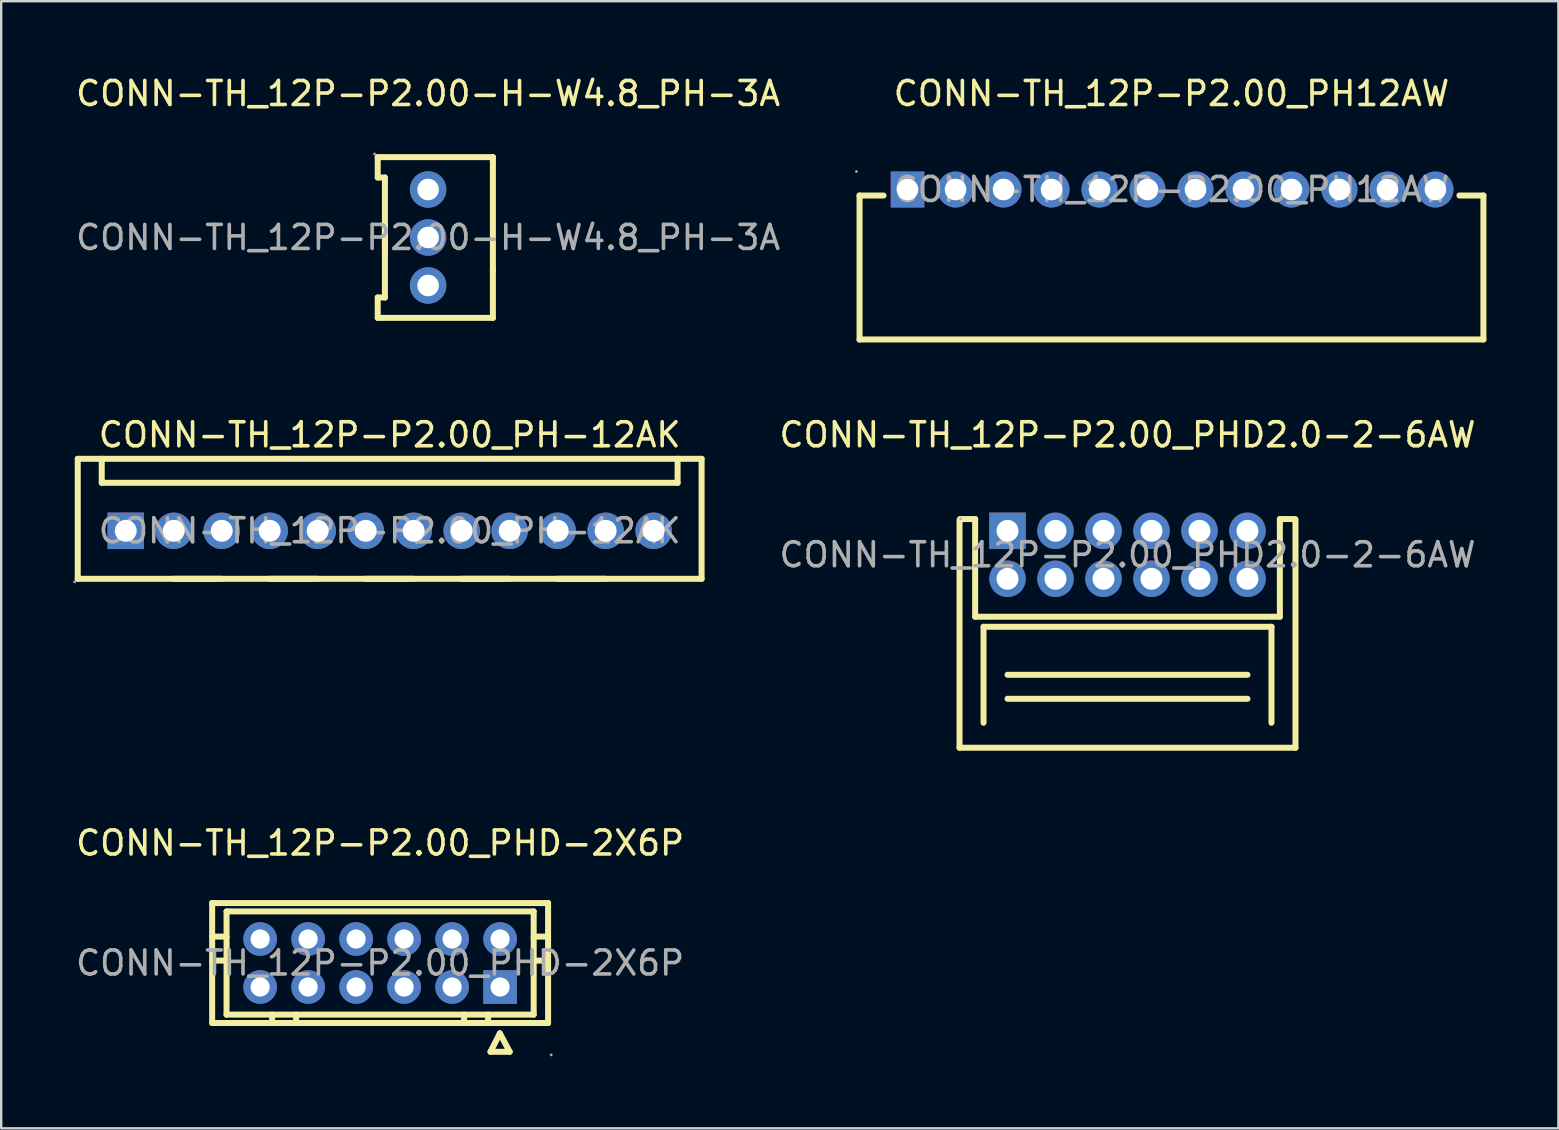
<source format=kicad_pcb>
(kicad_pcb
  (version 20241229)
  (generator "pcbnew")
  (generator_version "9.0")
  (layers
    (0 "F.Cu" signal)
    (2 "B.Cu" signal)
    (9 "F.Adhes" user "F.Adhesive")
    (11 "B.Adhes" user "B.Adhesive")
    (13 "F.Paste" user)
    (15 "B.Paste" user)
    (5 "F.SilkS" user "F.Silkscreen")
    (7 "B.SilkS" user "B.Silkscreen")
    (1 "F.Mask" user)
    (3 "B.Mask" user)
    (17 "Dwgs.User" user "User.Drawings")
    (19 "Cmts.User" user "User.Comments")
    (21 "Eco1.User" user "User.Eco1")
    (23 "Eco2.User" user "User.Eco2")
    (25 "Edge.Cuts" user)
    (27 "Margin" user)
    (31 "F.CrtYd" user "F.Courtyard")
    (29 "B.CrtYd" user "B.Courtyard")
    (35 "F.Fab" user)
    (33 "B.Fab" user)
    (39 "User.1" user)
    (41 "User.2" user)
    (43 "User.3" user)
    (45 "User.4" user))
  (footprint "CONN-TH_12P-P2.00-H-W4.8_PH-3A"
    (layer "F.Cu")
    (at 14.792 6.848)
    (property "Reference" "CONN-TH_12P-P2.00-H-W4.8_PH-3A" (at 0 -6 0) (layer "F.SilkS") (effects (font (size 1 1) (thickness 0.15))))
    (attr through_hole)
    (fp_line (start -2.1 -3.35) (end 2.7 -3.35) (stroke (width 0.25) (type solid)) (layer "F.SilkS"))
    (fp_line (start -2.1 -2.5) (end -2.1 -3.35) (stroke (width 0.25) (type solid)) (layer "F.SilkS"))
    (fp_line (start -2.1 2.5) (end -1.8 2.5) (stroke (width 0.25) (type solid)) (layer "F.SilkS"))
    (fp_line (start -2.1 3.35) (end -2.1 2.5) (stroke (width 0.25) (type solid)) (layer "F.SilkS"))
    (fp_line (start -1.8 -2.5) (end -2.1 -2.5) (stroke (width 0.25) (type solid)) (layer "F.SilkS"))
    (fp_line (start -1.8 0.5) (end -1.8 -2.5) (stroke (width 0.25) (type solid)) (layer "F.SilkS"))
    (fp_line (start -1.8 2.5) (end -1.8 -0.5) (stroke (width 0.25) (type solid)) (layer "F.SilkS"))
    (fp_line (start 2.7 -3.35) (end 2.7 1.35) (stroke (width 0.25) (type solid)) (layer "F.SilkS"))
    (fp_line (start 2.7 1.35) (end 2.7 3.35) (stroke (width 0.25) (type solid)) (layer "F.SilkS"))
    (fp_line (start 2.7 3.35) (end -2.1 3.35) (stroke (width 0.25) (type solid)) (layer "F.SilkS"))
    (fp_circle (center -2.23 -3.48) (end -2.2 -3.48) (stroke (width 0.06) (type solid)) (fill no) (layer "F.Fab"))
    (fp_circle (center 0 -2) (end 0.18 -2) (stroke (width 0.35) (type solid)) (fill no) (layer "F.Fab"))
    (fp_circle (center 0 0) (end 0.18 0) (stroke (width 0.35) (type solid)) (fill no) (layer "F.Fab"))
    (fp_circle (center 0 2) (end 0.18 2) (stroke (width 0.35) (type solid)) (fill no) (layer "F.Fab"))
    (fp_text user "${REFERENCE}" (at 0 0 0) (layer "F.Fab") (effects (font (size 1 1) (thickness 0.15))))
    (pad "1" thru_hole circle (at 0 -2 270) (size 1.52 1.52) (drill 0.9) (layers "*.Cu" "*.Paste" "*.Mask"))
    (pad "2" thru_hole circle (at 0 0 270) (size 1.52 1.52) (drill 0.9) (layers "*.Cu" "*.Paste" "*.Mask"))
    (pad "3" thru_hole circle (at 0 2 270) (size 1.52 1.52) (drill 0.9) (layers "*.Cu" "*.Paste" "*.Mask")))
  (footprint "CONN-TH_12P-P2.00_PHD-2X6P"
    (layer "F.Cu")
    (at 12.792 37.085)
    (property "Reference" "CONN-TH_12P-P2.00_PHD-2X6P" (at 0 -5 0) (layer "F.SilkS") (effects (font (size 1 1) (thickness 0.15))))
    (attr through_hole)
    (fp_line (start -7 -2.5) (end 7 -2.5) (stroke (width 0.25) (type solid)) (layer "F.SilkS"))
    (fp_line (start -7 2.5) (end -7 -2.5) (stroke (width 0.25) (type solid)) (layer "F.SilkS"))
    (fp_line (start -6.4 -2.15) (end 6.4 -2.15) (stroke (width 0.25) (type solid)) (layer "F.SilkS"))
    (fp_line (start -6.4 -1.1) (end -7 -1.1) (stroke (width 0.25) (type solid)) (layer "F.SilkS"))
    (fp_line (start -6.4 -0.1) (end -7 -0.1) (stroke (width 0.25) (type solid)) (layer "F.SilkS"))
    (fp_line (start -6.4 2.15) (end -6.4 -2.15) (stroke (width 0.25) (type solid)) (layer "F.SilkS"))
    (fp_line (start -4.5 2.15) (end -4.5 2.5) (stroke (width 0.25) (type solid)) (layer "F.SilkS"))
    (fp_line (start -3.5 2.15) (end -3.5 2.5) (stroke (width 0.25) (type solid)) (layer "F.SilkS"))
    (fp_line (start 3.5 2.15) (end 3.5 2.5) (stroke (width 0.25) (type solid)) (layer "F.SilkS"))
    (fp_line (start 4.5 2.15) (end 4.5 2.5) (stroke (width 0.25) (type solid)) (layer "F.SilkS"))
    (fp_line (start 4.6 3.7) (end 4.99 2.93) (stroke (width 0.25) (type solid)) (layer "F.SilkS"))
    (fp_line (start 4.99 2.93) (end 5.4 3.7) (stroke (width 0.25) (type solid)) (layer "F.SilkS"))
    (fp_line (start 5.4 3.7) (end 4.6 3.7) (stroke (width 0.25) (type solid)) (layer "F.SilkS"))
    (fp_line (start 6.4 2.15) (end -6.4 2.15) (stroke (width 0.25) (type solid)) (layer "F.SilkS"))
    (fp_line (start 6.4 2.15) (end 6.4 -2.15) (stroke (width 0.25) (type solid)) (layer "F.SilkS"))
    (fp_line (start 7 -1.1) (end 6.4 -1.1) (stroke (width 0.25) (type solid)) (layer "F.SilkS"))
    (fp_line (start 7 -0.1) (end 6.4 -0.1) (stroke (width 0.25) (type solid)) (layer "F.SilkS"))
    (fp_line (start 7 2.5) (end -7 2.5) (stroke (width 0.25) (type solid)) (layer "F.SilkS"))
    (fp_line (start 7 2.5) (end 7 -2.5) (stroke (width 0.25) (type solid)) (layer "F.SilkS"))
    (fp_circle (center -5 -1) (end -4.85 -1) (stroke (width 0.3) (type solid)) (fill no) (layer "F.Fab"))
    (fp_circle (center -5 1) (end -4.85 1) (stroke (width 0.3) (type solid)) (fill no) (layer "F.Fab"))
    (fp_circle (center -3 -1) (end -2.85 -1) (stroke (width 0.3) (type solid)) (fill no) (layer "F.Fab"))
    (fp_circle (center -3 1) (end -2.85 1) (stroke (width 0.3) (type solid)) (fill no) (layer "F.Fab"))
    (fp_circle (center -1 -1) (end -0.85 -1) (stroke (width 0.3) (type solid)) (fill no) (layer "F.Fab"))
    (fp_circle (center -1 1) (end -0.85 1) (stroke (width 0.3) (type solid)) (fill no) (layer "F.Fab"))
    (fp_circle (center 1 -1) (end 1.15 -1) (stroke (width 0.3) (type solid)) (fill no) (layer "F.Fab"))
    (fp_circle (center 1 1) (end 1.15 1) (stroke (width 0.3) (type solid)) (fill no) (layer "F.Fab"))
    (fp_circle (center 3 -1) (end 3.15 -1) (stroke (width 0.3) (type solid)) (fill no) (layer "F.Fab"))
    (fp_circle (center 3 1) (end 3.15 1) (stroke (width 0.3) (type solid)) (fill no) (layer "F.Fab"))
    (fp_circle (center 5 -1) (end 5.15 -1) (stroke (width 0.3) (type solid)) (fill no) (layer "F.Fab"))
    (fp_circle (center 5 1) (end 5.15 1) (stroke (width 0.3) (type solid)) (fill no) (layer "F.Fab"))
    (fp_circle (center 7.13 3.83) (end 7.16 3.83) (stroke (width 0.06) (type solid)) (fill no) (layer "F.Fab"))
    (fp_text user "${REFERENCE}" (at 0 0 0) (layer "F.Fab") (effects (font (size 1 1) (thickness 0.15))))
    (pad "1" thru_hole rect (at 5 1 180) (size 1.4 1.4) (drill 0.8) (layers "*.Cu" "*.Paste" "*.Mask"))
    (pad "2" thru_hole circle (at 3 1 180) (size 1.4 1.4) (drill 0.8) (layers "*.Cu" "*.Paste" "*.Mask"))
    (pad "3" thru_hole circle (at 1 1 180) (size 1.4 1.4) (drill 0.8) (layers "*.Cu" "*.Paste" "*.Mask"))
    (pad "4" thru_hole circle (at -1 1 180) (size 1.4 1.4) (drill 0.8) (layers "*.Cu" "*.Paste" "*.Mask"))
    (pad "5" thru_hole circle (at -3 1 180) (size 1.4 1.4) (drill 0.8) (layers "*.Cu" "*.Paste" "*.Mask"))
    (pad "6" thru_hole circle (at -5 1 180) (size 1.4 1.4) (drill 0.8) (layers "*.Cu" "*.Paste" "*.Mask"))
    (pad "7" thru_hole circle (at 5 -1 180) (size 1.4 1.4) (drill 0.8) (layers "*.Cu" "*.Paste" "*.Mask"))
    (pad "8" thru_hole circle (at 3 -1 180) (size 1.4 1.4) (drill 0.8) (layers "*.Cu" "*.Paste" "*.Mask"))
    (pad "9" thru_hole circle (at 1 -1 180) (size 1.4 1.4) (drill 0.8) (layers "*.Cu" "*.Paste" "*.Mask"))
    (pad "10" thru_hole circle (at -1 -1 180) (size 1.4 1.4) (drill 0.8) (layers "*.Cu" "*.Paste" "*.Mask"))
    (pad "11" thru_hole circle (at -3 -1 180) (size 1.4 1.4) (drill 0.8) (layers "*.Cu" "*.Paste" "*.Mask"))
    (pad "12" thru_hole circle (at -5 -1 180) (size 1.4 1.4) (drill 0.8) (layers "*.Cu" "*.Paste" "*.Mask")))
  (footprint "CONN-TH_12P-P2.00_PH12AW"
    (layer "F.Cu")
    (at 45.773 4.848)
    (property "Reference" "CONN-TH_12P-P2.00_PH12AW" (at 0 -4 0) (layer "F.SilkS") (effects (font (size 1 1) (thickness 0.15))))
    (attr through_hole)
    (fp_line (start -13 0.25) (end -13 6.25) (stroke (width 0.25) (type solid)) (layer "F.SilkS"))
    (fp_line (start -12 0.25) (end -13 0.25) (stroke (width 0.25) (type solid)) (layer "F.SilkS"))
    (fp_line (start 13 0.25) (end 12 0.25) (stroke (width 0.25) (type solid)) (layer "F.SilkS"))
    (fp_line (start 13 0.25) (end 13 6.25) (stroke (width 0.25) (type solid)) (layer "F.SilkS"))
    (fp_line (start 13 6.25) (end -13 6.25) (stroke (width 0.25) (type solid)) (layer "F.SilkS"))
    (fp_circle (center -13.13 -0.75) (end -13.1 -0.75) (stroke (width 0.06) (type solid)) (fill no) (layer "F.Fab"))
    (fp_circle (center -11 0) (end -10.82 0) (stroke (width 0.35) (type solid)) (fill no) (layer "F.Fab"))
    (fp_circle (center -9 0) (end -8.82 0) (stroke (width 0.35) (type solid)) (fill no) (layer "F.Fab"))
    (fp_circle (center -7 0) (end -6.82 0) (stroke (width 0.35) (type solid)) (fill no) (layer "F.Fab"))
    (fp_circle (center -5 0) (end -4.82 0) (stroke (width 0.35) (type solid)) (fill no) (layer "F.Fab"))
    (fp_circle (center -3 0) (end -2.82 0) (stroke (width 0.35) (type solid)) (fill no) (layer "F.Fab"))
    (fp_circle (center -1 0) (end -0.82 0) (stroke (width 0.35) (type solid)) (fill no) (layer "F.Fab"))
    (fp_circle (center 1 0) (end 1.18 0) (stroke (width 0.35) (type solid)) (fill no) (layer "F.Fab"))
    (fp_circle (center 3 0) (end 3.18 0) (stroke (width 0.35) (type solid)) (fill no) (layer "F.Fab"))
    (fp_circle (center 5 0) (end 5.18 0) (stroke (width 0.35) (type solid)) (fill no) (layer "F.Fab"))
    (fp_circle (center 7 0) (end 7.18 0) (stroke (width 0.35) (type solid)) (fill no) (layer "F.Fab"))
    (fp_circle (center 9 0) (end 9.18 0) (stroke (width 0.35) (type solid)) (fill no) (layer "F.Fab"))
    (fp_circle (center 11 0) (end 11.18 0) (stroke (width 0.35) (type solid)) (fill no) (layer "F.Fab"))
    (fp_text user "${REFERENCE}" (at 0 0 0) (layer "F.Fab") (effects (font (size 1 1) (thickness 0.15))))
    (pad "1" thru_hole rect (at -11 0 180) (size 1.4 1.5) (drill 0.9) (layers "*.Cu" "*.Paste" "*.Mask"))
    (pad "2" thru_hole circle (at -9 0 180) (size 1.5 1.5) (drill 0.9) (layers "*.Cu" "*.Paste" "*.Mask"))
    (pad "3" thru_hole circle (at -7 0 180) (size 1.5 1.5) (drill 0.9) (layers "*.Cu" "*.Paste" "*.Mask"))
    (pad "4" thru_hole circle (at -5 0 180) (size 1.5 1.5) (drill 0.9) (layers "*.Cu" "*.Paste" "*.Mask"))
    (pad "5" thru_hole circle (at -3 0 180) (size 1.5 1.5) (drill 0.9) (layers "*.Cu" "*.Paste" "*.Mask"))
    (pad "6" thru_hole circle (at -1 0 180) (size 1.5 1.5) (drill 0.9) (layers "*.Cu" "*.Paste" "*.Mask"))
    (pad "7" thru_hole circle (at 1 0 180) (size 1.5 1.5) (drill 0.9) (layers "*.Cu" "*.Paste" "*.Mask"))
    (pad "8" thru_hole circle (at 3 0 180) (size 1.5 1.5) (drill 0.9) (layers "*.Cu" "*.Paste" "*.Mask"))
    (pad "9" thru_hole circle (at 5 0 180) (size 1.5 1.5) (drill 0.9) (layers "*.Cu" "*.Paste" "*.Mask"))
    (pad "10" thru_hole circle (at 7 0 180) (size 1.5 1.5) (drill 0.9) (layers "*.Cu" "*.Paste" "*.Mask"))
    (pad "11" thru_hole circle (at 9 0 180) (size 1.5 1.5) (drill 0.9) (layers "*.Cu" "*.Paste" "*.Mask"))
    (pad "12" thru_hole circle (at 11 0 180) (size 1.5 1.5) (drill 0.9) (layers "*.Cu" "*.Paste" "*.Mask")))
  (footprint "CONN-TH_12P-P2.00_PH-12AK"
    (layer "F.Cu")
    (at 13.19 19.072)
    (property "Reference" "CONN-TH_12P-P2.00_PH-12AK" (at 0 -4 0) (layer "F.SilkS") (effects (font (size 1 1) (thickness 0.15))))
    (attr through_hole)
    (fp_line (start -13 -3) (end -12 -3) (stroke (width 0.25) (type solid)) (layer "F.SilkS"))
    (fp_line (start -13 2) (end -13 -3) (stroke (width 0.25) (type solid)) (layer "F.SilkS"))
    (fp_line (start -13 2) (end -7 2) (stroke (width 0.25) (type solid)) (layer "F.SilkS"))
    (fp_line (start -12 -3) (end 12 -3) (stroke (width 0.25) (type solid)) (layer "F.SilkS"))
    (fp_line (start -12 -2) (end -12 -3) (stroke (width 0.25) (type solid)) (layer "F.SilkS"))
    (fp_line (start -12 -2) (end 12 -2) (stroke (width 0.25) (type solid)) (layer "F.SilkS"))
    (fp_line (start -9 2) (end -3 2) (stroke (width 0.25) (type solid)) (layer "F.SilkS"))
    (fp_line (start -5 2) (end 1 2) (stroke (width 0.25) (type solid)) (layer "F.SilkS"))
    (fp_line (start -1 2) (end 5 2) (stroke (width 0.25) (type solid)) (layer "F.SilkS"))
    (fp_line (start 3 2) (end 9 2) (stroke (width 0.25) (type solid)) (layer "F.SilkS"))
    (fp_line (start 7 2) (end 13 2) (stroke (width 0.25) (type solid)) (layer "F.SilkS"))
    (fp_line (start 12 -3) (end 13 -3) (stroke (width 0.25) (type solid)) (layer "F.SilkS"))
    (fp_line (start 12 -2) (end 12 -3) (stroke (width 0.25) (type solid)) (layer "F.SilkS"))
    (fp_line (start 13 2) (end 13 -3) (stroke (width 0.25) (type solid)) (layer "F.SilkS"))
    (fp_circle (center -13.13 2.13) (end -13.1 2.13) (stroke (width 0.06) (type solid)) (fill no) (layer "F.Fab"))
    (fp_circle (center -11 0) (end -10.82 0) (stroke (width 0.36) (type solid)) (fill no) (layer "F.Fab"))
    (fp_circle (center -9 0) (end -8.82 0) (stroke (width 0.36) (type solid)) (fill no) (layer "F.Fab"))
    (fp_circle (center -7 0) (end -6.82 0) (stroke (width 0.36) (type solid)) (fill no) (layer "F.Fab"))
    (fp_circle (center -5 0) (end -4.82 0) (stroke (width 0.36) (type solid)) (fill no) (layer "F.Fab"))
    (fp_circle (center -3 0) (end -2.82 0) (stroke (width 0.36) (type solid)) (fill no) (layer "F.Fab"))
    (fp_circle (center -1 0) (end -0.82 0) (stroke (width 0.36) (type solid)) (fill no) (layer "F.Fab"))
    (fp_circle (center 1 0) (end 1.18 0) (stroke (width 0.36) (type solid)) (fill no) (layer "F.Fab"))
    (fp_circle (center 3 0) (end 3.18 0) (stroke (width 0.36) (type solid)) (fill no) (layer "F.Fab"))
    (fp_circle (center 5 0) (end 5.18 0) (stroke (width 0.36) (type solid)) (fill no) (layer "F.Fab"))
    (fp_circle (center 7 0) (end 7.18 0) (stroke (width 0.36) (type solid)) (fill no) (layer "F.Fab"))
    (fp_circle (center 9 0) (end 9.18 0) (stroke (width 0.36) (type solid)) (fill no) (layer "F.Fab"))
    (fp_circle (center 11 0) (end 11.18 0) (stroke (width 0.36) (type solid)) (fill no) (layer "F.Fab"))
    (fp_text user "${REFERENCE}" (at 0 0 0) (layer "F.Fab") (effects (font (size 1 1) (thickness 0.15))))
    (pad "1" thru_hole rect (at -11 0) (size 1.52 1.52) (drill 0.914) (layers "*.Cu" "*.Paste" "*.Mask"))
    (pad "2" thru_hole circle (at -9 0) (size 1.52 1.52) (drill 0.914) (layers "*.Cu" "*.Paste" "*.Mask"))
    (pad "3" thru_hole circle (at -7 0) (size 1.52 1.52) (drill 0.914) (layers "*.Cu" "*.Paste" "*.Mask"))
    (pad "4" thru_hole circle (at -5 0) (size 1.52 1.52) (drill 0.914) (layers "*.Cu" "*.Paste" "*.Mask"))
    (pad "5" thru_hole circle (at -3 0) (size 1.52 1.52) (drill 0.914) (layers "*.Cu" "*.Paste" "*.Mask"))
    (pad "6" thru_hole circle (at -1 0) (size 1.52 1.52) (drill 0.914) (layers "*.Cu" "*.Paste" "*.Mask"))
    (pad "7" thru_hole circle (at 1 0) (size 1.52 1.52) (drill 0.914) (layers "*.Cu" "*.Paste" "*.Mask"))
    (pad "8" thru_hole circle (at 3 0) (size 1.52 1.52) (drill 0.914) (layers "*.Cu" "*.Paste" "*.Mask"))
    (pad "9" thru_hole circle (at 5 0) (size 1.52 1.52) (drill 0.914) (layers "*.Cu" "*.Paste" "*.Mask"))
    (pad "10" thru_hole circle (at 7 0) (size 1.52 1.52) (drill 0.914) (layers "*.Cu" "*.Paste" "*.Mask"))
    (pad "11" thru_hole circle (at 9 0) (size 1.52 1.52) (drill 0.914) (layers "*.Cu" "*.Paste" "*.Mask"))
    (pad "12" thru_hole circle (at 11 0) (size 1.52 1.52) (drill 0.914) (layers "*.Cu" "*.Paste" "*.Mask")))
  (footprint "CONN-TH_12P-P2.00_PHD2.0-2-6AW"
    (layer "F.Cu")
    (at 43.94 20.072)
    (property "Reference" "CONN-TH_12P-P2.00_PHD2.0-2-6AW" (at 0 -5 0) (layer "F.SilkS") (effects (font (size 1 1) (thickness 0.15))))
    (attr through_hole)
    (fp_line (start -7 -1.46) (end -7 8.04) (stroke (width 0.25) (type solid)) (layer "F.SilkS"))
    (fp_line (start -6.35 -1.49) (end -6.98 -1.49) (stroke (width 0.25) (type solid)) (layer "F.SilkS"))
    (fp_line (start -6.35 2.58) (end -6.35 -1.49) (stroke (width 0.25) (type solid)) (layer "F.SilkS"))
    (fp_line (start -6 3) (end -6 7) (stroke (width 0.25) (type solid)) (layer "F.SilkS"))
    (fp_line (start 5 5) (end -5 5) (stroke (width 0.25) (type solid)) (layer "F.SilkS"))
    (fp_line (start 5 6) (end -5 6) (stroke (width 0.25) (type solid)) (layer "F.SilkS"))
    (fp_line (start 6 3) (end -6 3) (stroke (width 0.25) (type solid)) (layer "F.SilkS"))
    (fp_line (start 6 7) (end 6 3) (stroke (width 0.25) (type solid)) (layer "F.SilkS"))
    (fp_line (start 6.35 -1.49) (end 6.35 -1.36) (stroke (width 0.25) (type solid)) (layer "F.SilkS"))
    (fp_line (start 6.35 -1.36) (end 6.35 2.58) (stroke (width 0.25) (type solid)) (layer "F.SilkS"))
    (fp_line (start 6.35 2.58) (end -6.35 2.58) (stroke (width 0.25) (type solid)) (layer "F.SilkS"))
    (fp_line (start 6.48 -1.49) (end 6.35 -1.49) (stroke (width 0.25) (type solid)) (layer "F.SilkS"))
    (fp_line (start 6.99 -1.49) (end 6.48 -1.49) (stroke (width 0.25) (type solid)) (layer "F.SilkS"))
    (fp_line (start 7 -1.46) (end 7 8.04) (stroke (width 0.25) (type solid)) (layer "F.SilkS"))
    (fp_line (start 7 8.04) (end -7 8.04) (stroke (width 0.25) (type solid)) (layer "F.SilkS"))
    (fp_circle (center -6.95 -1.5) (end -6.92 -1.5) (stroke (width 0.06) (type solid)) (fill no) (layer "F.Fab"))
    (fp_text user "${REFERENCE}" (at 0 0 0) (layer "F.Fab") (effects (font (size 1 1) (thickness 0.15))))
    (pad "1" thru_hole rect (at -5 -1 180) (size 1.52 1.52) (drill 0.914) (layers "*.Cu" "*.Paste" "*.Mask"))
    (pad "2" thru_hole circle (at -5 1 180) (size 1.52 1.52) (drill 0.914) (layers "*.Cu" "*.Paste" "*.Mask"))
    (pad "3" thru_hole circle (at -3 -1 180) (size 1.52 1.52) (drill 0.914) (layers "*.Cu" "*.Paste" "*.Mask"))
    (pad "4" thru_hole circle (at -3 1 180) (size 1.52 1.52) (drill 0.914) (layers "*.Cu" "*.Paste" "*.Mask"))
    (pad "5" thru_hole circle (at -1 -1 180) (size 1.52 1.52) (drill 0.914) (layers "*.Cu" "*.Paste" "*.Mask"))
    (pad "6" thru_hole circle (at -1 1 180) (size 1.52 1.52) (drill 0.914) (layers "*.Cu" "*.Paste" "*.Mask"))
    (pad "7" thru_hole circle (at 1 -1 180) (size 1.52 1.52) (drill 0.914) (layers "*.Cu" "*.Paste" "*.Mask"))
    (pad "8" thru_hole circle (at 1 1 180) (size 1.52 1.52) (drill 0.914) (layers "*.Cu" "*.Paste" "*.Mask"))
    (pad "9" thru_hole circle (at 3 -1 180) (size 1.52 1.52) (drill 0.914) (layers "*.Cu" "*.Paste" "*.Mask"))
    (pad "10" thru_hole circle (at 3 1 180) (size 1.52 1.52) (drill 0.914) (layers "*.Cu" "*.Paste" "*.Mask"))
    (pad "11" thru_hole circle (at 5 -1 180) (size 1.52 1.52) (drill 0.914) (layers "*.Cu" "*.Paste" "*.Mask"))
    (pad "12" thru_hole circle (at 5 1 180) (size 1.52 1.52) (drill 0.914) (layers "*.Cu" "*.Paste" "*.Mask")))
  (gr_rect
    (start -3 -3)
    (end 61.898 43.975)
    (stroke (width 0.1) (type default))
    (fill no)
    (layer "Edge.Cuts")))
</source>
